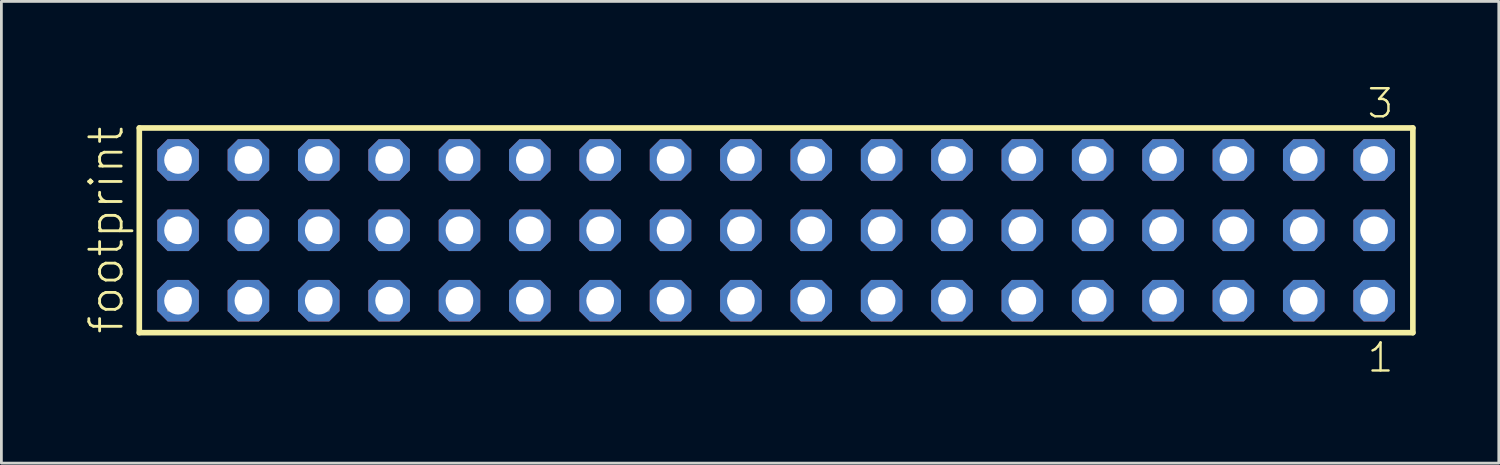
<source format=kicad_pcb>
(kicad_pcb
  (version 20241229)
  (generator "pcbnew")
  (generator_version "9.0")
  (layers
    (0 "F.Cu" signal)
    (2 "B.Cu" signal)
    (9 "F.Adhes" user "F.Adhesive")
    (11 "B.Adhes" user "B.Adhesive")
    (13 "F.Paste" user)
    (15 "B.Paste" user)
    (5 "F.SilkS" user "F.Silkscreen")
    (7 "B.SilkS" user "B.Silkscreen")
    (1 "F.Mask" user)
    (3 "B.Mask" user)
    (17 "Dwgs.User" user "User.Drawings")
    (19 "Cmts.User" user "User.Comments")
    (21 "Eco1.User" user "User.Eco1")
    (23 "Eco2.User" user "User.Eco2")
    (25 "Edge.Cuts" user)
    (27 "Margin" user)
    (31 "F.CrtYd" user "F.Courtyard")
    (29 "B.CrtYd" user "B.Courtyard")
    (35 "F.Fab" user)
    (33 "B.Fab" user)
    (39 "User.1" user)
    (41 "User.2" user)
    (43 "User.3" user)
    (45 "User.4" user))
  (footprint "footprint"
    (layer "F.Cu")
    (at 24.968 5.265)
    (property "Reference" "footprint" (at -23.495 3.81 90) (layer "F.SilkS") (effects (font (size 1.168 1.168) (thickness 0.102)) (justify left bottom)))
    (fp_line (start -22.989 -3.695) (end 22.989 -3.695) (stroke (width 0.203) (type solid)) (layer "F.SilkS"))
    (fp_line (start -22.989 3.695) (end -22.989 -3.695) (stroke (width 0.203) (type solid)) (layer "F.SilkS"))
    (fp_line (start 22.989 -3.695) (end 22.989 3.695) (stroke (width 0.203) (type solid)) (layer "F.SilkS"))
    (fp_line (start 22.989 3.695) (end -22.989 3.695) (stroke (width 0.203) (type solid)) (layer "F.SilkS"))
    (fp_poly (pts (xy -21.94 -2.19) (xy -21.24 -2.19) (xy -21.24 -2.89) (xy -21.94 -2.89)) (stroke (width 0.1) (type solid)) (fill no) (layer "F.Fab"))
    (fp_poly (pts (xy -21.94 0.35) (xy -21.24 0.35) (xy -21.24 -0.35) (xy -21.94 -0.35)) (stroke (width 0.1) (type solid)) (fill no) (layer "F.Fab"))
    (fp_poly (pts (xy -21.94 2.89) (xy -21.24 2.89) (xy -21.24 2.19) (xy -21.94 2.19)) (stroke (width 0.1) (type solid)) (fill no) (layer "F.Fab"))
    (fp_poly (pts (xy -19.4 -2.19) (xy -18.7 -2.19) (xy -18.7 -2.89) (xy -19.4 -2.89)) (stroke (width 0.1) (type solid)) (fill no) (layer "F.Fab"))
    (fp_poly (pts (xy -19.4 0.35) (xy -18.7 0.35) (xy -18.7 -0.35) (xy -19.4 -0.35)) (stroke (width 0.1) (type solid)) (fill no) (layer "F.Fab"))
    (fp_poly (pts (xy -19.4 2.89) (xy -18.7 2.89) (xy -18.7 2.19) (xy -19.4 2.19)) (stroke (width 0.1) (type solid)) (fill no) (layer "F.Fab"))
    (fp_poly (pts (xy -16.86 -2.19) (xy -16.16 -2.19) (xy -16.16 -2.89) (xy -16.86 -2.89)) (stroke (width 0.1) (type solid)) (fill no) (layer "F.Fab"))
    (fp_poly (pts (xy -16.86 0.35) (xy -16.16 0.35) (xy -16.16 -0.35) (xy -16.86 -0.35)) (stroke (width 0.1) (type solid)) (fill no) (layer "F.Fab"))
    (fp_poly (pts (xy -16.86 2.89) (xy -16.16 2.89) (xy -16.16 2.19) (xy -16.86 2.19)) (stroke (width 0.1) (type solid)) (fill no) (layer "F.Fab"))
    (fp_poly (pts (xy -14.32 -2.19) (xy -13.62 -2.19) (xy -13.62 -2.89) (xy -14.32 -2.89)) (stroke (width 0.1) (type solid)) (fill no) (layer "F.Fab"))
    (fp_poly (pts (xy -14.32 0.35) (xy -13.62 0.35) (xy -13.62 -0.35) (xy -14.32 -0.35)) (stroke (width 0.1) (type solid)) (fill no) (layer "F.Fab"))
    (fp_poly (pts (xy -14.32 2.89) (xy -13.62 2.89) (xy -13.62 2.19) (xy -14.32 2.19)) (stroke (width 0.1) (type solid)) (fill no) (layer "F.Fab"))
    (fp_poly (pts (xy -11.78 -2.19) (xy -11.08 -2.19) (xy -11.08 -2.89) (xy -11.78 -2.89)) (stroke (width 0.1) (type solid)) (fill no) (layer "F.Fab"))
    (fp_poly (pts (xy -11.78 0.35) (xy -11.08 0.35) (xy -11.08 -0.35) (xy -11.78 -0.35)) (stroke (width 0.1) (type solid)) (fill no) (layer "F.Fab"))
    (fp_poly (pts (xy -11.78 2.89) (xy -11.08 2.89) (xy -11.08 2.19) (xy -11.78 2.19)) (stroke (width 0.1) (type solid)) (fill no) (layer "F.Fab"))
    (fp_poly (pts (xy -9.24 -2.19) (xy -8.54 -2.19) (xy -8.54 -2.89) (xy -9.24 -2.89)) (stroke (width 0.1) (type solid)) (fill no) (layer "F.Fab"))
    (fp_poly (pts (xy -9.24 0.35) (xy -8.54 0.35) (xy -8.54 -0.35) (xy -9.24 -0.35)) (stroke (width 0.1) (type solid)) (fill no) (layer "F.Fab"))
    (fp_poly (pts (xy -9.24 2.89) (xy -8.54 2.89) (xy -8.54 2.19) (xy -9.24 2.19)) (stroke (width 0.1) (type solid)) (fill no) (layer "F.Fab"))
    (fp_poly (pts (xy -6.7 -2.19) (xy -6 -2.19) (xy -6 -2.89) (xy -6.7 -2.89)) (stroke (width 0.1) (type solid)) (fill no) (layer "F.Fab"))
    (fp_poly (pts (xy -6.7 0.35) (xy -6 0.35) (xy -6 -0.35) (xy -6.7 -0.35)) (stroke (width 0.1) (type solid)) (fill no) (layer "F.Fab"))
    (fp_poly (pts (xy -6.7 2.89) (xy -6 2.89) (xy -6 2.19) (xy -6.7 2.19)) (stroke (width 0.1) (type solid)) (fill no) (layer "F.Fab"))
    (fp_poly (pts (xy -4.16 -2.19) (xy -3.46 -2.19) (xy -3.46 -2.89) (xy -4.16 -2.89)) (stroke (width 0.1) (type solid)) (fill no) (layer "F.Fab"))
    (fp_poly (pts (xy -4.16 0.35) (xy -3.46 0.35) (xy -3.46 -0.35) (xy -4.16 -0.35)) (stroke (width 0.1) (type solid)) (fill no) (layer "F.Fab"))
    (fp_poly (pts (xy -4.16 2.89) (xy -3.46 2.89) (xy -3.46 2.19) (xy -4.16 2.19)) (stroke (width 0.1) (type solid)) (fill no) (layer "F.Fab"))
    (fp_poly (pts (xy -1.62 -2.19) (xy -0.92 -2.19) (xy -0.92 -2.89) (xy -1.62 -2.89)) (stroke (width 0.1) (type solid)) (fill no) (layer "F.Fab"))
    (fp_poly (pts (xy -1.62 0.35) (xy -0.92 0.35) (xy -0.92 -0.35) (xy -1.62 -0.35)) (stroke (width 0.1) (type solid)) (fill no) (layer "F.Fab"))
    (fp_poly (pts (xy -1.62 2.89) (xy -0.92 2.89) (xy -0.92 2.19) (xy -1.62 2.19)) (stroke (width 0.1) (type solid)) (fill no) (layer "F.Fab"))
    (fp_poly (pts (xy 0.92 -2.19) (xy 1.62 -2.19) (xy 1.62 -2.89) (xy 0.92 -2.89)) (stroke (width 0.1) (type solid)) (fill no) (layer "F.Fab"))
    (fp_poly (pts (xy 0.92 0.35) (xy 1.62 0.35) (xy 1.62 -0.35) (xy 0.92 -0.35)) (stroke (width 0.1) (type solid)) (fill no) (layer "F.Fab"))
    (fp_poly (pts (xy 0.92 2.89) (xy 1.62 2.89) (xy 1.62 2.19) (xy 0.92 2.19)) (stroke (width 0.1) (type solid)) (fill no) (layer "F.Fab"))
    (fp_poly (pts (xy 3.46 -2.19) (xy 4.16 -2.19) (xy 4.16 -2.89) (xy 3.46 -2.89)) (stroke (width 0.1) (type solid)) (fill no) (layer "F.Fab"))
    (fp_poly (pts (xy 3.46 0.35) (xy 4.16 0.35) (xy 4.16 -0.35) (xy 3.46 -0.35)) (stroke (width 0.1) (type solid)) (fill no) (layer "F.Fab"))
    (fp_poly (pts (xy 3.46 2.89) (xy 4.16 2.89) (xy 4.16 2.19) (xy 3.46 2.19)) (stroke (width 0.1) (type solid)) (fill no) (layer "F.Fab"))
    (fp_poly (pts (xy 6 -2.19) (xy 6.7 -2.19) (xy 6.7 -2.89) (xy 6 -2.89)) (stroke (width 0.1) (type solid)) (fill no) (layer "F.Fab"))
    (fp_poly (pts (xy 6 0.35) (xy 6.7 0.35) (xy 6.7 -0.35) (xy 6 -0.35)) (stroke (width 0.1) (type solid)) (fill no) (layer "F.Fab"))
    (fp_poly (pts (xy 6 2.89) (xy 6.7 2.89) (xy 6.7 2.19) (xy 6 2.19)) (stroke (width 0.1) (type solid)) (fill no) (layer "F.Fab"))
    (fp_poly (pts (xy 8.54 -2.19) (xy 9.24 -2.19) (xy 9.24 -2.89) (xy 8.54 -2.89)) (stroke (width 0.1) (type solid)) (fill no) (layer "F.Fab"))
    (fp_poly (pts (xy 8.54 0.35) (xy 9.24 0.35) (xy 9.24 -0.35) (xy 8.54 -0.35)) (stroke (width 0.1) (type solid)) (fill no) (layer "F.Fab"))
    (fp_poly (pts (xy 8.54 2.89) (xy 9.24 2.89) (xy 9.24 2.19) (xy 8.54 2.19)) (stroke (width 0.1) (type solid)) (fill no) (layer "F.Fab"))
    (fp_poly (pts (xy 11.08 -2.19) (xy 11.78 -2.19) (xy 11.78 -2.89) (xy 11.08 -2.89)) (stroke (width 0.1) (type solid)) (fill no) (layer "F.Fab"))
    (fp_poly (pts (xy 11.08 0.35) (xy 11.78 0.35) (xy 11.78 -0.35) (xy 11.08 -0.35)) (stroke (width 0.1) (type solid)) (fill no) (layer "F.Fab"))
    (fp_poly (pts (xy 11.08 2.89) (xy 11.78 2.89) (xy 11.78 2.19) (xy 11.08 2.19)) (stroke (width 0.1) (type solid)) (fill no) (layer "F.Fab"))
    (fp_poly (pts (xy 13.62 -2.19) (xy 14.32 -2.19) (xy 14.32 -2.89) (xy 13.62 -2.89)) (stroke (width 0.1) (type solid)) (fill no) (layer "F.Fab"))
    (fp_poly (pts (xy 13.62 0.35) (xy 14.32 0.35) (xy 14.32 -0.35) (xy 13.62 -0.35)) (stroke (width 0.1) (type solid)) (fill no) (layer "F.Fab"))
    (fp_poly (pts (xy 13.62 2.89) (xy 14.32 2.89) (xy 14.32 2.19) (xy 13.62 2.19)) (stroke (width 0.1) (type solid)) (fill no) (layer "F.Fab"))
    (fp_poly (pts (xy 16.16 -2.19) (xy 16.86 -2.19) (xy 16.86 -2.89) (xy 16.16 -2.89)) (stroke (width 0.1) (type solid)) (fill no) (layer "F.Fab"))
    (fp_poly (pts (xy 16.16 0.35) (xy 16.86 0.35) (xy 16.86 -0.35) (xy 16.16 -0.35)) (stroke (width 0.1) (type solid)) (fill no) (layer "F.Fab"))
    (fp_poly (pts (xy 16.16 2.89) (xy 16.86 2.89) (xy 16.86 2.19) (xy 16.16 2.19)) (stroke (width 0.1) (type solid)) (fill no) (layer "F.Fab"))
    (fp_poly (pts (xy 18.7 -2.19) (xy 19.4 -2.19) (xy 19.4 -2.89) (xy 18.7 -2.89)) (stroke (width 0.1) (type solid)) (fill no) (layer "F.Fab"))
    (fp_poly (pts (xy 18.7 0.35) (xy 19.4 0.35) (xy 19.4 -0.35) (xy 18.7 -0.35)) (stroke (width 0.1) (type solid)) (fill no) (layer "F.Fab"))
    (fp_poly (pts (xy 18.7 2.89) (xy 19.4 2.89) (xy 19.4 2.19) (xy 18.7 2.19)) (stroke (width 0.1) (type solid)) (fill no) (layer "F.Fab"))
    (fp_poly (pts (xy 21.24 -2.19) (xy 21.94 -2.19) (xy 21.94 -2.89) (xy 21.24 -2.89)) (stroke (width 0.1) (type solid)) (fill no) (layer "F.Fab"))
    (fp_poly (pts (xy 21.24 0.35) (xy 21.94 0.35) (xy 21.94 -0.35) (xy 21.24 -0.35)) (stroke (width 0.1) (type solid)) (fill no) (layer "F.Fab"))
    (fp_poly (pts (xy 21.24 2.89) (xy 21.94 2.89) (xy 21.94 2.19) (xy 21.24 2.19)) (stroke (width 0.1) (type solid)) (fill no) (layer "F.Fab"))
    (fp_text user "1" (at 21.282 5.188 0) (layer "F.SilkS") (effects (font (size 1.012 1.012) (thickness 0.088)) (justify left bottom)))
    (fp_text user "3" (at 21.278 -3.989 0) (layer "F.SilkS") (effects (font (size 1.012 1.012) (thickness 0.088)) (justify left bottom)))
    (pad "1" thru_hole roundrect (at 21.59 2.54 180) (size 1.5 1.5) (drill 1) (layers "*.Cu" "*.Mask") (roundrect_rratio 0.25) (chamfer_ratio 0.25) (chamfer top_left top_right bottom_left bottom_right))
    (pad "2" thru_hole roundrect (at 21.59 0 180) (size 1.5 1.5) (drill 1) (layers "*.Cu" "*.Mask") (roundrect_rratio 0.25) (chamfer_ratio 0.25) (chamfer top_left top_right bottom_left bottom_right))
    (pad "3" thru_hole roundrect (at 21.59 -2.54 180) (size 1.5 1.5) (drill 1) (layers "*.Cu" "*.Mask") (roundrect_rratio 0.25) (chamfer_ratio 0.25) (chamfer top_left top_right bottom_left bottom_right))
    (pad "4" thru_hole roundrect (at 19.05 2.54 180) (size 1.5 1.5) (drill 1) (layers "*.Cu" "*.Mask") (roundrect_rratio 0.25) (chamfer_ratio 0.25) (chamfer top_left top_right bottom_left bottom_right))
    (pad "5" thru_hole roundrect (at 19.05 0 180) (size 1.5 1.5) (drill 1) (layers "*.Cu" "*.Mask") (roundrect_rratio 0.25) (chamfer_ratio 0.25) (chamfer top_left top_right bottom_left bottom_right))
    (pad "6" thru_hole roundrect (at 19.05 -2.54 180) (size 1.5 1.5) (drill 1) (layers "*.Cu" "*.Mask") (roundrect_rratio 0.25) (chamfer_ratio 0.25) (chamfer top_left top_right bottom_left bottom_right))
    (pad "7" thru_hole roundrect (at 16.51 2.54 180) (size 1.5 1.5) (drill 1) (layers "*.Cu" "*.Mask") (roundrect_rratio 0.25) (chamfer_ratio 0.25) (chamfer top_left top_right bottom_left bottom_right))
    (pad "8" thru_hole roundrect (at 16.51 0 180) (size 1.5 1.5) (drill 1) (layers "*.Cu" "*.Mask") (roundrect_rratio 0.25) (chamfer_ratio 0.25) (chamfer top_left top_right bottom_left bottom_right))
    (pad "9" thru_hole roundrect (at 16.51 -2.54 180) (size 1.5 1.5) (drill 1) (layers "*.Cu" "*.Mask") (roundrect_rratio 0.25) (chamfer_ratio 0.25) (chamfer top_left top_right bottom_left bottom_right))
    (pad "10" thru_hole roundrect (at 13.97 2.54 180) (size 1.5 1.5) (drill 1) (layers "*.Cu" "*.Mask") (roundrect_rratio 0.25) (chamfer_ratio 0.25) (chamfer top_left top_right bottom_left bottom_right))
    (pad "11" thru_hole roundrect (at 13.97 0 180) (size 1.5 1.5) (drill 1) (layers "*.Cu" "*.Mask") (roundrect_rratio 0.25) (chamfer_ratio 0.25) (chamfer top_left top_right bottom_left bottom_right))
    (pad "12" thru_hole roundrect (at 13.97 -2.54 180) (size 1.5 1.5) (drill 1) (layers "*.Cu" "*.Mask") (roundrect_rratio 0.25) (chamfer_ratio 0.25) (chamfer top_left top_right bottom_left bottom_right))
    (pad "13" thru_hole roundrect (at 11.43 2.54 180) (size 1.5 1.5) (drill 1) (layers "*.Cu" "*.Mask") (roundrect_rratio 0.25) (chamfer_ratio 0.25) (chamfer top_left top_right bottom_left bottom_right))
    (pad "14" thru_hole roundrect (at 11.43 0 180) (size 1.5 1.5) (drill 1) (layers "*.Cu" "*.Mask") (roundrect_rratio 0.25) (chamfer_ratio 0.25) (chamfer top_left top_right bottom_left bottom_right))
    (pad "15" thru_hole roundrect (at 11.43 -2.54 180) (size 1.5 1.5) (drill 1) (layers "*.Cu" "*.Mask") (roundrect_rratio 0.25) (chamfer_ratio 0.25) (chamfer top_left top_right bottom_left bottom_right))
    (pad "16" thru_hole roundrect (at 8.89 2.54 180) (size 1.5 1.5) (drill 1) (layers "*.Cu" "*.Mask") (roundrect_rratio 0.25) (chamfer_ratio 0.25) (chamfer top_left top_right bottom_left bottom_right))
    (pad "17" thru_hole roundrect (at 8.89 0 180) (size 1.5 1.5) (drill 1) (layers "*.Cu" "*.Mask") (roundrect_rratio 0.25) (chamfer_ratio 0.25) (chamfer top_left top_right bottom_left bottom_right))
    (pad "18" thru_hole roundrect (at 8.89 -2.54 180) (size 1.5 1.5) (drill 1) (layers "*.Cu" "*.Mask") (roundrect_rratio 0.25) (chamfer_ratio 0.25) (chamfer top_left top_right bottom_left bottom_right))
    (pad "19" thru_hole roundrect (at 6.35 2.54 180) (size 1.5 1.5) (drill 1) (layers "*.Cu" "*.Mask") (roundrect_rratio 0.25) (chamfer_ratio 0.25) (chamfer top_left top_right bottom_left bottom_right))
    (pad "20" thru_hole roundrect (at 6.35 0 180) (size 1.5 1.5) (drill 1) (layers "*.Cu" "*.Mask") (roundrect_rratio 0.25) (chamfer_ratio 0.25) (chamfer top_left top_right bottom_left bottom_right))
    (pad "21" thru_hole roundrect (at 6.35 -2.54 180) (size 1.5 1.5) (drill 1) (layers "*.Cu" "*.Mask") (roundrect_rratio 0.25) (chamfer_ratio 0.25) (chamfer top_left top_right bottom_left bottom_right))
    (pad "22" thru_hole roundrect (at 3.81 2.54 180) (size 1.5 1.5) (drill 1) (layers "*.Cu" "*.Mask") (roundrect_rratio 0.25) (chamfer_ratio 0.25) (chamfer top_left top_right bottom_left bottom_right))
    (pad "23" thru_hole roundrect (at 3.81 0 180) (size 1.5 1.5) (drill 1) (layers "*.Cu" "*.Mask") (roundrect_rratio 0.25) (chamfer_ratio 0.25) (chamfer top_left top_right bottom_left bottom_right))
    (pad "24" thru_hole roundrect (at 3.81 -2.54 180) (size 1.5 1.5) (drill 1) (layers "*.Cu" "*.Mask") (roundrect_rratio 0.25) (chamfer_ratio 0.25) (chamfer top_left top_right bottom_left bottom_right))
    (pad "25" thru_hole roundrect (at 1.27 2.54 180) (size 1.5 1.5) (drill 1) (layers "*.Cu" "*.Mask") (roundrect_rratio 0.25) (chamfer_ratio 0.25) (chamfer top_left top_right bottom_left bottom_right))
    (pad "26" thru_hole roundrect (at 1.27 0 180) (size 1.5 1.5) (drill 1) (layers "*.Cu" "*.Mask") (roundrect_rratio 0.25) (chamfer_ratio 0.25) (chamfer top_left top_right bottom_left bottom_right))
    (pad "27" thru_hole roundrect (at 1.27 -2.54 180) (size 1.5 1.5) (drill 1) (layers "*.Cu" "*.Mask") (roundrect_rratio 0.25) (chamfer_ratio 0.25) (chamfer top_left top_right bottom_left bottom_right))
    (pad "28" thru_hole roundrect (at -1.27 2.54 180) (size 1.5 1.5) (drill 1) (layers "*.Cu" "*.Mask") (roundrect_rratio 0.25) (chamfer_ratio 0.25) (chamfer top_left top_right bottom_left bottom_right))
    (pad "29" thru_hole roundrect (at -1.27 0 180) (size 1.5 1.5) (drill 1) (layers "*.Cu" "*.Mask") (roundrect_rratio 0.25) (chamfer_ratio 0.25) (chamfer top_left top_right bottom_left bottom_right))
    (pad "30" thru_hole roundrect (at -1.27 -2.54 180) (size 1.5 1.5) (drill 1) (layers "*.Cu" "*.Mask") (roundrect_rratio 0.25) (chamfer_ratio 0.25) (chamfer top_left top_right bottom_left bottom_right))
    (pad "31" thru_hole roundrect (at -3.81 2.54 180) (size 1.5 1.5) (drill 1) (layers "*.Cu" "*.Mask") (roundrect_rratio 0.25) (chamfer_ratio 0.25) (chamfer top_left top_right bottom_left bottom_right))
    (pad "32" thru_hole roundrect (at -3.81 0 180) (size 1.5 1.5) (drill 1) (layers "*.Cu" "*.Mask") (roundrect_rratio 0.25) (chamfer_ratio 0.25) (chamfer top_left top_right bottom_left bottom_right))
    (pad "33" thru_hole roundrect (at -3.81 -2.54 180) (size 1.5 1.5) (drill 1) (layers "*.Cu" "*.Mask") (roundrect_rratio 0.25) (chamfer_ratio 0.25) (chamfer top_left top_right bottom_left bottom_right))
    (pad "34" thru_hole roundrect (at -6.35 2.54 180) (size 1.5 1.5) (drill 1) (layers "*.Cu" "*.Mask") (roundrect_rratio 0.25) (chamfer_ratio 0.25) (chamfer top_left top_right bottom_left bottom_right))
    (pad "35" thru_hole roundrect (at -6.35 0 180) (size 1.5 1.5) (drill 1) (layers "*.Cu" "*.Mask") (roundrect_rratio 0.25) (chamfer_ratio 0.25) (chamfer top_left top_right bottom_left bottom_right))
    (pad "36" thru_hole roundrect (at -6.35 -2.54 180) (size 1.5 1.5) (drill 1) (layers "*.Cu" "*.Mask") (roundrect_rratio 0.25) (chamfer_ratio 0.25) (chamfer top_left top_right bottom_left bottom_right))
    (pad "37" thru_hole roundrect (at -8.89 2.54 180) (size 1.5 1.5) (drill 1) (layers "*.Cu" "*.Mask") (roundrect_rratio 0.25) (chamfer_ratio 0.25) (chamfer top_left top_right bottom_left bottom_right))
    (pad "38" thru_hole roundrect (at -8.89 0 180) (size 1.5 1.5) (drill 1) (layers "*.Cu" "*.Mask") (roundrect_rratio 0.25) (chamfer_ratio 0.25) (chamfer top_left top_right bottom_left bottom_right))
    (pad "39" thru_hole roundrect (at -8.89 -2.54 180) (size 1.5 1.5) (drill 1) (layers "*.Cu" "*.Mask") (roundrect_rratio 0.25) (chamfer_ratio 0.25) (chamfer top_left top_right bottom_left bottom_right))
    (pad "40" thru_hole roundrect (at -11.43 2.54 180) (size 1.5 1.5) (drill 1) (layers "*.Cu" "*.Mask") (roundrect_rratio 0.25) (chamfer_ratio 0.25) (chamfer top_left top_right bottom_left bottom_right))
    (pad "41" thru_hole roundrect (at -11.43 0 180) (size 1.5 1.5) (drill 1) (layers "*.Cu" "*.Mask") (roundrect_rratio 0.25) (chamfer_ratio 0.25) (chamfer top_left top_right bottom_left bottom_right))
    (pad "42" thru_hole roundrect (at -11.43 -2.54 180) (size 1.5 1.5) (drill 1) (layers "*.Cu" "*.Mask") (roundrect_rratio 0.25) (chamfer_ratio 0.25) (chamfer top_left top_right bottom_left bottom_right))
    (pad "43" thru_hole roundrect (at -13.97 2.54 180) (size 1.5 1.5) (drill 1) (layers "*.Cu" "*.Mask") (roundrect_rratio 0.25) (chamfer_ratio 0.25) (chamfer top_left top_right bottom_left bottom_right))
    (pad "44" thru_hole roundrect (at -13.97 0 180) (size 1.5 1.5) (drill 1) (layers "*.Cu" "*.Mask") (roundrect_rratio 0.25) (chamfer_ratio 0.25) (chamfer top_left top_right bottom_left bottom_right))
    (pad "45" thru_hole roundrect (at -13.97 -2.54 180) (size 1.5 1.5) (drill 1) (layers "*.Cu" "*.Mask") (roundrect_rratio 0.25) (chamfer_ratio 0.25) (chamfer top_left top_right bottom_left bottom_right))
    (pad "46" thru_hole roundrect (at -16.51 2.54 180) (size 1.5 1.5) (drill 1) (layers "*.Cu" "*.Mask") (roundrect_rratio 0.25) (chamfer_ratio 0.25) (chamfer top_left top_right bottom_left bottom_right))
    (pad "47" thru_hole roundrect (at -16.51 0 180) (size 1.5 1.5) (drill 1) (layers "*.Cu" "*.Mask") (roundrect_rratio 0.25) (chamfer_ratio 0.25) (chamfer top_left top_right bottom_left bottom_right))
    (pad "48" thru_hole roundrect (at -16.51 -2.54 180) (size 1.5 1.5) (drill 1) (layers "*.Cu" "*.Mask") (roundrect_rratio 0.25) (chamfer_ratio 0.25) (chamfer top_left top_right bottom_left bottom_right))
    (pad "49" thru_hole roundrect (at -19.05 2.54 180) (size 1.5 1.5) (drill 1) (layers "*.Cu" "*.Mask") (roundrect_rratio 0.25) (chamfer_ratio 0.25) (chamfer top_left top_right bottom_left bottom_right))
    (pad "50" thru_hole roundrect (at -19.05 0 180) (size 1.5 1.5) (drill 1) (layers "*.Cu" "*.Mask") (roundrect_rratio 0.25) (chamfer_ratio 0.25) (chamfer top_left top_right bottom_left bottom_right))
    (pad "51" thru_hole roundrect (at -19.05 -2.54 180) (size 1.5 1.5) (drill 1) (layers "*.Cu" "*.Mask") (roundrect_rratio 0.25) (chamfer_ratio 0.25) (chamfer top_left top_right bottom_left bottom_right))
    (pad "52" thru_hole roundrect (at -21.59 2.54 180) (size 1.5 1.5) (drill 1) (layers "*.Cu" "*.Mask") (roundrect_rratio 0.25) (chamfer_ratio 0.25) (chamfer top_left top_right bottom_left bottom_right))
    (pad "53" thru_hole roundrect (at -21.59 0 180) (size 1.5 1.5) (drill 1) (layers "*.Cu" "*.Mask") (roundrect_rratio 0.25) (chamfer_ratio 0.25) (chamfer top_left top_right bottom_left bottom_right))
    (pad "54" thru_hole roundrect (at -21.59 -2.54 180) (size 1.5 1.5) (drill 1) (layers "*.Cu" "*.Mask") (roundrect_rratio 0.25) (chamfer_ratio 0.25) (chamfer top_left top_right bottom_left bottom_right)))
  (gr_rect
    (start -3 -3)
    (end 51.059 13.67)
    (stroke (width 0.1) (type default))
    (fill no)
    (layer "Edge.Cuts")))
</source>
